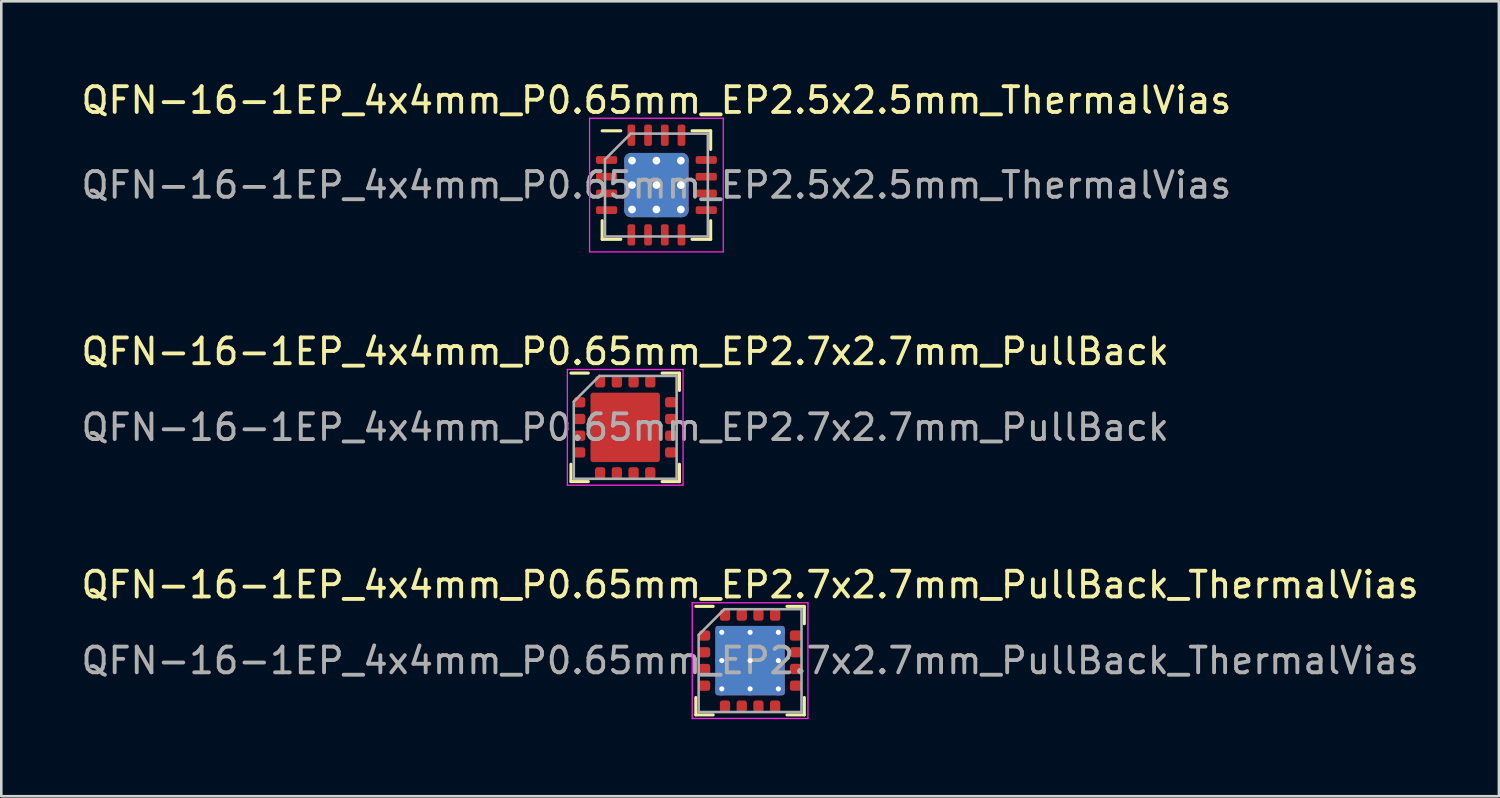
<source format=kicad_pcb>
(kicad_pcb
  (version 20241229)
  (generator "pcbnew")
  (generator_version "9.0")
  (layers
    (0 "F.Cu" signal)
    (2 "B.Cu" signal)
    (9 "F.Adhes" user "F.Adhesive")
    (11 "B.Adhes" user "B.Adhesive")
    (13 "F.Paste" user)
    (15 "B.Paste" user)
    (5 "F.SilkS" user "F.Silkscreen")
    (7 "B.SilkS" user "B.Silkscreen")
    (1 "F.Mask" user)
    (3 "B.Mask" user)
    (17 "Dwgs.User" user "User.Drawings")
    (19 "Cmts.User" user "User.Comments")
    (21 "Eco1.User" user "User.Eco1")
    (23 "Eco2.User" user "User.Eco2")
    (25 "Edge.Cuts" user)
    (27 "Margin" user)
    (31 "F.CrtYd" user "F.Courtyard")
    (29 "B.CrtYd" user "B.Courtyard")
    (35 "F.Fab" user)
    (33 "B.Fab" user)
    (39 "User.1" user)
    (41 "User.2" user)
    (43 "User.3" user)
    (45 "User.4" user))
  (footprint "QFN-16-1EP_4x4mm_P0.65mm_EP2.7x2.7mm_PullBack"
    (layer "F.Cu")
    (at 21.268 13.572)
    (property "Reference" "QFN-16-1EP_4x4mm_P0.65mm_EP2.7x2.7mm_PullBack" (at 0 -2.95 0) (layer "F.SilkS") (effects (font (size 1 1) (thickness 0.15))))
    (attr smd)
    (fp_line (start -2.11 2.11) (end -2.11 1.435) (stroke (width 0.12) (type solid)) (layer "F.SilkS"))
    (fp_line (start -1.435 -2.11) (end -2.11 -2.11) (stroke (width 0.12) (type solid)) (layer "F.SilkS"))
    (fp_line (start -1.435 2.11) (end -2.11 2.11) (stroke (width 0.12) (type solid)) (layer "F.SilkS"))
    (fp_line (start 1.435 -2.11) (end 2.11 -2.11) (stroke (width 0.12) (type solid)) (layer "F.SilkS"))
    (fp_line (start 1.435 2.11) (end 2.11 2.11) (stroke (width 0.12) (type solid)) (layer "F.SilkS"))
    (fp_line (start 2.11 -2.11) (end 2.11 -1.435) (stroke (width 0.12) (type solid)) (layer "F.SilkS"))
    (fp_line (start 2.11 2.11) (end 2.11 1.435) (stroke (width 0.12) (type solid)) (layer "F.SilkS"))
    (fp_line (start -2.25 -2.25) (end -2.25 2.25) (stroke (width 0.05) (type solid)) (layer "F.CrtYd"))
    (fp_line (start -2.25 2.25) (end 2.25 2.25) (stroke (width 0.05) (type solid)) (layer "F.CrtYd"))
    (fp_line (start 2.25 -2.25) (end -2.25 -2.25) (stroke (width 0.05) (type solid)) (layer "F.CrtYd"))
    (fp_line (start 2.25 2.25) (end 2.25 -2.25) (stroke (width 0.05) (type solid)) (layer "F.CrtYd"))
    (fp_line (start -2 -1) (end -1 -2) (stroke (width 0.1) (type solid)) (layer "F.Fab"))
    (fp_line (start -2 2) (end -2 -1) (stroke (width 0.1) (type solid)) (layer "F.Fab"))
    (fp_line (start -1 -2) (end 2 -2) (stroke (width 0.1) (type solid)) (layer "F.Fab"))
    (fp_line (start 2 -2) (end 2 2) (stroke (width 0.1) (type solid)) (layer "F.Fab"))
    (fp_line (start 2 2) (end -2 2) (stroke (width 0.1) (type solid)) (layer "F.Fab"))
    (fp_text user "${REFERENCE}" (at 0 0 0) (layer "F.Fab") (effects (font (size 1 1) (thickness 0.15))))
    (pad "" smd roundrect (at -0.675 -0.675) (size 1.09 1.09) (layers "F.Paste") (roundrect_rratio 0.229))
    (pad "" smd roundrect (at -0.675 0.675) (size 1.09 1.09) (layers "F.Paste") (roundrect_rratio 0.229))
    (pad "" smd roundrect (at 0.675 -0.675) (size 1.09 1.09) (layers "F.Paste") (roundrect_rratio 0.229))
    (pad "" smd roundrect (at 0.675 0.675) (size 1.09 1.09) (layers "F.Paste") (roundrect_rratio 0.229))
    (pad "1" smd roundrect (at -1.775 -0.975) (size 0.45 0.4) (layers "F.Cu" "F.Mask" "F.Paste") (roundrect_rratio 0.25))
    (pad "2" smd roundrect (at -1.775 -0.325) (size 0.45 0.4) (layers "F.Cu" "F.Mask" "F.Paste") (roundrect_rratio 0.25))
    (pad "3" smd roundrect (at -1.775 0.325) (size 0.45 0.4) (layers "F.Cu" "F.Mask" "F.Paste") (roundrect_rratio 0.25))
    (pad "4" smd roundrect (at -1.775 0.975) (size 0.45 0.4) (layers "F.Cu" "F.Mask" "F.Paste") (roundrect_rratio 0.25))
    (pad "5" smd roundrect (at -0.975 1.775) (size 0.4 0.45) (layers "F.Cu" "F.Mask" "F.Paste") (roundrect_rratio 0.25))
    (pad "6" smd roundrect (at -0.325 1.775) (size 0.4 0.45) (layers "F.Cu" "F.Mask" "F.Paste") (roundrect_rratio 0.25))
    (pad "7" smd roundrect (at 0.325 1.775) (size 0.4 0.45) (layers "F.Cu" "F.Mask" "F.Paste") (roundrect_rratio 0.25))
    (pad "8" smd roundrect (at 0.975 1.775) (size 0.4 0.45) (layers "F.Cu" "F.Mask" "F.Paste") (roundrect_rratio 0.25))
    (pad "9" smd roundrect (at 1.775 0.975) (size 0.45 0.4) (layers "F.Cu" "F.Mask" "F.Paste") (roundrect_rratio 0.25))
    (pad "10" smd roundrect (at 1.775 0.325) (size 0.45 0.4) (layers "F.Cu" "F.Mask" "F.Paste") (roundrect_rratio 0.25))
    (pad "11" smd roundrect (at 1.775 -0.325) (size 0.45 0.4) (layers "F.Cu" "F.Mask" "F.Paste") (roundrect_rratio 0.25))
    (pad "12" smd roundrect (at 1.775 -0.975) (size 0.45 0.4) (layers "F.Cu" "F.Mask" "F.Paste") (roundrect_rratio 0.25))
    (pad "13" smd roundrect (at 0.975 -1.775) (size 0.4 0.45) (layers "F.Cu" "F.Mask" "F.Paste") (roundrect_rratio 0.25))
    (pad "14" smd roundrect (at 0.325 -1.775) (size 0.4 0.45) (layers "F.Cu" "F.Mask" "F.Paste") (roundrect_rratio 0.25))
    (pad "15" smd roundrect (at -0.325 -1.775) (size 0.4 0.45) (layers "F.Cu" "F.Mask" "F.Paste") (roundrect_rratio 0.25))
    (pad "16" smd roundrect (at -0.975 -1.775) (size 0.4 0.45) (layers "F.Cu" "F.Mask" "F.Paste") (roundrect_rratio 0.25))
    (pad "17" smd roundrect (at 0 0) (size 2.7 2.7) (layers "F.Cu" "F.Mask") (roundrect_rratio 0.037)))
  (footprint "QFN-16-1EP_4x4mm_P0.65mm_EP2.5x2.5mm_ThermalVias"
    (layer "F.Cu")
    (at 22.482 4.148)
    (property "Reference" "QFN-16-1EP_4x4mm_P0.65mm_EP2.5x2.5mm_ThermalVias" (at 0 -3.3 0) (layer "F.SilkS") (effects (font (size 1 1) (thickness 0.15))))
    (attr smd)
    (fp_line (start -2.11 2.11) (end -2.11 1.385) (stroke (width 0.12) (type solid)) (layer "F.SilkS"))
    (fp_line (start -1.385 -2.11) (end -2.11 -2.11) (stroke (width 0.12) (type solid)) (layer "F.SilkS"))
    (fp_line (start -1.385 2.11) (end -2.11 2.11) (stroke (width 0.12) (type solid)) (layer "F.SilkS"))
    (fp_line (start 1.385 -2.11) (end 2.11 -2.11) (stroke (width 0.12) (type solid)) (layer "F.SilkS"))
    (fp_line (start 1.385 2.11) (end 2.11 2.11) (stroke (width 0.12) (type solid)) (layer "F.SilkS"))
    (fp_line (start 2.11 -2.11) (end 2.11 -1.385) (stroke (width 0.12) (type solid)) (layer "F.SilkS"))
    (fp_line (start 2.11 2.11) (end 2.11 1.385) (stroke (width 0.12) (type solid)) (layer "F.SilkS"))
    (fp_line (start -2.6 -2.6) (end -2.6 2.6) (stroke (width 0.05) (type solid)) (layer "F.CrtYd"))
    (fp_line (start -2.6 2.6) (end 2.6 2.6) (stroke (width 0.05) (type solid)) (layer "F.CrtYd"))
    (fp_line (start 2.6 -2.6) (end -2.6 -2.6) (stroke (width 0.05) (type solid)) (layer "F.CrtYd"))
    (fp_line (start 2.6 2.6) (end 2.6 -2.6) (stroke (width 0.05) (type solid)) (layer "F.CrtYd"))
    (fp_line (start -2 -1) (end -1 -2) (stroke (width 0.1) (type solid)) (layer "F.Fab"))
    (fp_line (start -2 2) (end -2 -1) (stroke (width 0.1) (type solid)) (layer "F.Fab"))
    (fp_line (start -1 -2) (end 2 -2) (stroke (width 0.1) (type solid)) (layer "F.Fab"))
    (fp_line (start 2 -2) (end 2 2) (stroke (width 0.1) (type solid)) (layer "F.Fab"))
    (fp_line (start 2 2) (end -2 2) (stroke (width 0.1) (type solid)) (layer "F.Fab"))
    (fp_text user "${REFERENCE}" (at 0 0 0) (layer "F.Fab") (effects (font (size 1 1) (thickness 0.15))))
    (pad "" smd roundrect (at -0.625 -0.625) (size 1.08 1.08) (layers "F.Paste") (roundrect_rratio 0.231))
    (pad "" smd roundrect (at -0.625 0.625) (size 1.08 1.08) (layers "F.Paste") (roundrect_rratio 0.231))
    (pad "" smd roundrect (at 0.625 -0.625) (size 1.08 1.08) (layers "F.Paste") (roundrect_rratio 0.231))
    (pad "" smd roundrect (at 0.625 0.625) (size 1.08 1.08) (layers "F.Paste") (roundrect_rratio 0.231))
    (pad "1" smd roundrect (at -1.938 -0.975) (size 0.825 0.3) (layers "F.Cu" "F.Mask" "F.Paste") (roundrect_rratio 0.25))
    (pad "2" smd roundrect (at -1.938 -0.325) (size 0.825 0.3) (layers "F.Cu" "F.Mask" "F.Paste") (roundrect_rratio 0.25))
    (pad "3" smd roundrect (at -1.938 0.325) (size 0.825 0.3) (layers "F.Cu" "F.Mask" "F.Paste") (roundrect_rratio 0.25))
    (pad "4" smd roundrect (at -1.938 0.975) (size 0.825 0.3) (layers "F.Cu" "F.Mask" "F.Paste") (roundrect_rratio 0.25))
    (pad "5" smd roundrect (at -0.975 1.938) (size 0.3 0.825) (layers "F.Cu" "F.Mask" "F.Paste") (roundrect_rratio 0.25))
    (pad "6" smd roundrect (at -0.325 1.938) (size 0.3 0.825) (layers "F.Cu" "F.Mask" "F.Paste") (roundrect_rratio 0.25))
    (pad "7" smd roundrect (at 0.325 1.938) (size 0.3 0.825) (layers "F.Cu" "F.Mask" "F.Paste") (roundrect_rratio 0.25))
    (pad "8" smd roundrect (at 0.975 1.938) (size 0.3 0.825) (layers "F.Cu" "F.Mask" "F.Paste") (roundrect_rratio 0.25))
    (pad "9" smd roundrect (at 1.938 0.975) (size 0.825 0.3) (layers "F.Cu" "F.Mask" "F.Paste") (roundrect_rratio 0.25))
    (pad "10" smd roundrect (at 1.938 0.325) (size 0.825 0.3) (layers "F.Cu" "F.Mask" "F.Paste") (roundrect_rratio 0.25))
    (pad "11" smd roundrect (at 1.938 -0.325) (size 0.825 0.3) (layers "F.Cu" "F.Mask" "F.Paste") (roundrect_rratio 0.25))
    (pad "12" smd roundrect (at 1.938 -0.975) (size 0.825 0.3) (layers "F.Cu" "F.Mask" "F.Paste") (roundrect_rratio 0.25))
    (pad "13" smd roundrect (at 0.975 -1.938) (size 0.3 0.825) (layers "F.Cu" "F.Mask" "F.Paste") (roundrect_rratio 0.25))
    (pad "14" smd roundrect (at 0.325 -1.938) (size 0.3 0.825) (layers "F.Cu" "F.Mask" "F.Paste") (roundrect_rratio 0.25))
    (pad "15" smd roundrect (at -0.325 -1.938) (size 0.3 0.825) (layers "F.Cu" "F.Mask" "F.Paste") (roundrect_rratio 0.25))
    (pad "16" smd roundrect (at -0.975 -1.938) (size 0.3 0.825) (layers "F.Cu" "F.Mask" "F.Paste") (roundrect_rratio 0.25))
    (pad "17" thru_hole circle (at -0.95 -0.95) (size 0.6 0.6) (drill 0.3) (layers "*.Cu"))
    (pad "17" thru_hole circle (at -0.95 0) (size 0.6 0.6) (drill 0.3) (layers "*.Cu"))
    (pad "17" thru_hole circle (at -0.95 0.95) (size 0.6 0.6) (drill 0.3) (layers "*.Cu"))
    (pad "17" thru_hole circle (at 0 -0.95) (size 0.6 0.6) (drill 0.3) (layers "*.Cu"))
    (pad "17" thru_hole circle (at 0 0) (size 0.6 0.6) (drill 0.3) (layers "*.Cu"))
    (pad "17" smd roundrect (at 0 0) (size 2.5 2.5) (layers "F.Cu" "F.Mask") (roundrect_rratio 0.1))
    (pad "17" smd roundrect (at 0 0) (size 2.5 2.5) (layers "B.Cu") (roundrect_rratio 0.1))
    (pad "17" thru_hole circle (at 0 0.95) (size 0.6 0.6) (drill 0.3) (layers "*.Cu"))
    (pad "17" thru_hole circle (at 0.95 -0.95) (size 0.6 0.6) (drill 0.3) (layers "*.Cu"))
    (pad "17" thru_hole circle (at 0.95 0) (size 0.6 0.6) (drill 0.3) (layers "*.Cu"))
    (pad "17" thru_hole circle (at 0.95 0.95) (size 0.6 0.6) (drill 0.3) (layers "*.Cu")))
  (footprint "QFN-16-1EP_4x4mm_P0.65mm_EP2.7x2.7mm_PullBack_ThermalVias"
    (layer "F.Cu")
    (at 26.125 22.645)
    (property "Reference" "QFN-16-1EP_4x4mm_P0.65mm_EP2.7x2.7mm_PullBack_ThermalVias" (at 0 -2.95 0) (layer "F.SilkS") (effects (font (size 1 1) (thickness 0.15))))
    (attr smd)
    (fp_line (start -2.11 2.11) (end -2.11 1.435) (stroke (width 0.12) (type solid)) (layer "F.SilkS"))
    (fp_line (start -1.435 -2.11) (end -2.11 -2.11) (stroke (width 0.12) (type solid)) (layer "F.SilkS"))
    (fp_line (start -1.435 2.11) (end -2.11 2.11) (stroke (width 0.12) (type solid)) (layer "F.SilkS"))
    (fp_line (start 1.435 -2.11) (end 2.11 -2.11) (stroke (width 0.12) (type solid)) (layer "F.SilkS"))
    (fp_line (start 1.435 2.11) (end 2.11 2.11) (stroke (width 0.12) (type solid)) (layer "F.SilkS"))
    (fp_line (start 2.11 -2.11) (end 2.11 -1.435) (stroke (width 0.12) (type solid)) (layer "F.SilkS"))
    (fp_line (start 2.11 2.11) (end 2.11 1.435) (stroke (width 0.12) (type solid)) (layer "F.SilkS"))
    (fp_line (start -2.25 -2.25) (end -2.25 2.25) (stroke (width 0.05) (type solid)) (layer "F.CrtYd"))
    (fp_line (start -2.25 2.25) (end 2.25 2.25) (stroke (width 0.05) (type solid)) (layer "F.CrtYd"))
    (fp_line (start 2.25 -2.25) (end -2.25 -2.25) (stroke (width 0.05) (type solid)) (layer "F.CrtYd"))
    (fp_line (start 2.25 2.25) (end 2.25 -2.25) (stroke (width 0.05) (type solid)) (layer "F.CrtYd"))
    (fp_line (start -2 -1) (end -1 -2) (stroke (width 0.1) (type solid)) (layer "F.Fab"))
    (fp_line (start -2 2) (end -2 -1) (stroke (width 0.1) (type solid)) (layer "F.Fab"))
    (fp_line (start -1 -2) (end 2 -2) (stroke (width 0.1) (type solid)) (layer "F.Fab"))
    (fp_line (start 2 -2) (end 2 2) (stroke (width 0.1) (type solid)) (layer "F.Fab"))
    (fp_line (start 2 2) (end -2 2) (stroke (width 0.1) (type solid)) (layer "F.Fab"))
    (fp_text user "${REFERENCE}" (at 0 0 0) (layer "F.Fab") (effects (font (size 1 1) (thickness 0.15))))
    (pad "" smd roundrect (at -0.675 -0.675) (size 1.17 1.17) (layers "F.Paste") (roundrect_rratio 0.214))
    (pad "" smd roundrect (at -0.675 0.675) (size 1.17 1.17) (layers "F.Paste") (roundrect_rratio 0.214))
    (pad "" smd roundrect (at 0.675 -0.675) (size 1.17 1.17) (layers "F.Paste") (roundrect_rratio 0.214))
    (pad "" smd roundrect (at 0.675 0.675) (size 1.17 1.17) (layers "F.Paste") (roundrect_rratio 0.214))
    (pad "1" smd roundrect (at -1.775 -0.975) (size 0.45 0.4) (layers "F.Cu" "F.Mask" "F.Paste") (roundrect_rratio 0.25))
    (pad "2" smd roundrect (at -1.775 -0.325) (size 0.45 0.4) (layers "F.Cu" "F.Mask" "F.Paste") (roundrect_rratio 0.25))
    (pad "3" smd roundrect (at -1.775 0.325) (size 0.45 0.4) (layers "F.Cu" "F.Mask" "F.Paste") (roundrect_rratio 0.25))
    (pad "4" smd roundrect (at -1.775 0.975) (size 0.45 0.4) (layers "F.Cu" "F.Mask" "F.Paste") (roundrect_rratio 0.25))
    (pad "5" smd roundrect (at -0.975 1.775) (size 0.4 0.45) (layers "F.Cu" "F.Mask" "F.Paste") (roundrect_rratio 0.25))
    (pad "6" smd roundrect (at -0.325 1.775) (size 0.4 0.45) (layers "F.Cu" "F.Mask" "F.Paste") (roundrect_rratio 0.25))
    (pad "7" smd roundrect (at 0.325 1.775) (size 0.4 0.45) (layers "F.Cu" "F.Mask" "F.Paste") (roundrect_rratio 0.25))
    (pad "8" smd roundrect (at 0.975 1.775) (size 0.4 0.45) (layers "F.Cu" "F.Mask" "F.Paste") (roundrect_rratio 0.25))
    (pad "9" smd roundrect (at 1.775 0.975) (size 0.45 0.4) (layers "F.Cu" "F.Mask" "F.Paste") (roundrect_rratio 0.25))
    (pad "10" smd roundrect (at 1.775 0.325) (size 0.45 0.4) (layers "F.Cu" "F.Mask" "F.Paste") (roundrect_rratio 0.25))
    (pad "11" smd roundrect (at 1.775 -0.325) (size 0.45 0.4) (layers "F.Cu" "F.Mask" "F.Paste") (roundrect_rratio 0.25))
    (pad "12" smd roundrect (at 1.775 -0.975) (size 0.45 0.4) (layers "F.Cu" "F.Mask" "F.Paste") (roundrect_rratio 0.25))
    (pad "13" smd roundrect (at 0.975 -1.775) (size 0.4 0.45) (layers "F.Cu" "F.Mask" "F.Paste") (roundrect_rratio 0.25))
    (pad "14" smd roundrect (at 0.325 -1.775) (size 0.4 0.45) (layers "F.Cu" "F.Mask" "F.Paste") (roundrect_rratio 0.25))
    (pad "15" smd roundrect (at -0.325 -1.775) (size 0.4 0.45) (layers "F.Cu" "F.Mask" "F.Paste") (roundrect_rratio 0.25))
    (pad "16" smd roundrect (at -0.975 -1.775) (size 0.4 0.45) (layers "F.Cu" "F.Mask" "F.Paste") (roundrect_rratio 0.25))
    (pad "17" thru_hole circle (at -1.1 -1.1) (size 0.5 0.5) (drill 0.2) (layers "*.Cu"))
    (pad "17" thru_hole circle (at -1.1 0) (size 0.5 0.5) (drill 0.2) (layers "*.Cu"))
    (pad "17" thru_hole circle (at -1.1 1.1) (size 0.5 0.5) (drill 0.2) (layers "*.Cu"))
    (pad "17" thru_hole circle (at 0 -1.1) (size 0.5 0.5) (drill 0.2) (layers "*.Cu"))
    (pad "17" thru_hole circle (at 0 0) (size 0.5 0.5) (drill 0.2) (layers "*.Cu"))
    (pad "17" smd roundrect (at 0 0) (size 2.7 2.7) (layers "F.Cu" "F.Mask") (roundrect_rratio 0.037))
    (pad "17" smd roundrect (at 0 0) (size 2.7 2.7) (layers "B.Cu") (roundrect_rratio 0.037))
    (pad "17" thru_hole circle (at 0 1.1) (size 0.5 0.5) (drill 0.2) (layers "*.Cu"))
    (pad "17" thru_hole circle (at 1.1 -1.1) (size 0.5 0.5) (drill 0.2) (layers "*.Cu"))
    (pad "17" thru_hole circle (at 1.1 0) (size 0.5 0.5) (drill 0.2) (layers "*.Cu"))
    (pad "17" thru_hole circle (at 1.1 1.1) (size 0.5 0.5) (drill 0.2) (layers "*.Cu")))
  (gr_rect
    (start -3 -3)
    (end 55.25 27.92)
    (stroke (width 0.1) (type default))
    (fill no)
    (layer "Edge.Cuts")))
</source>
